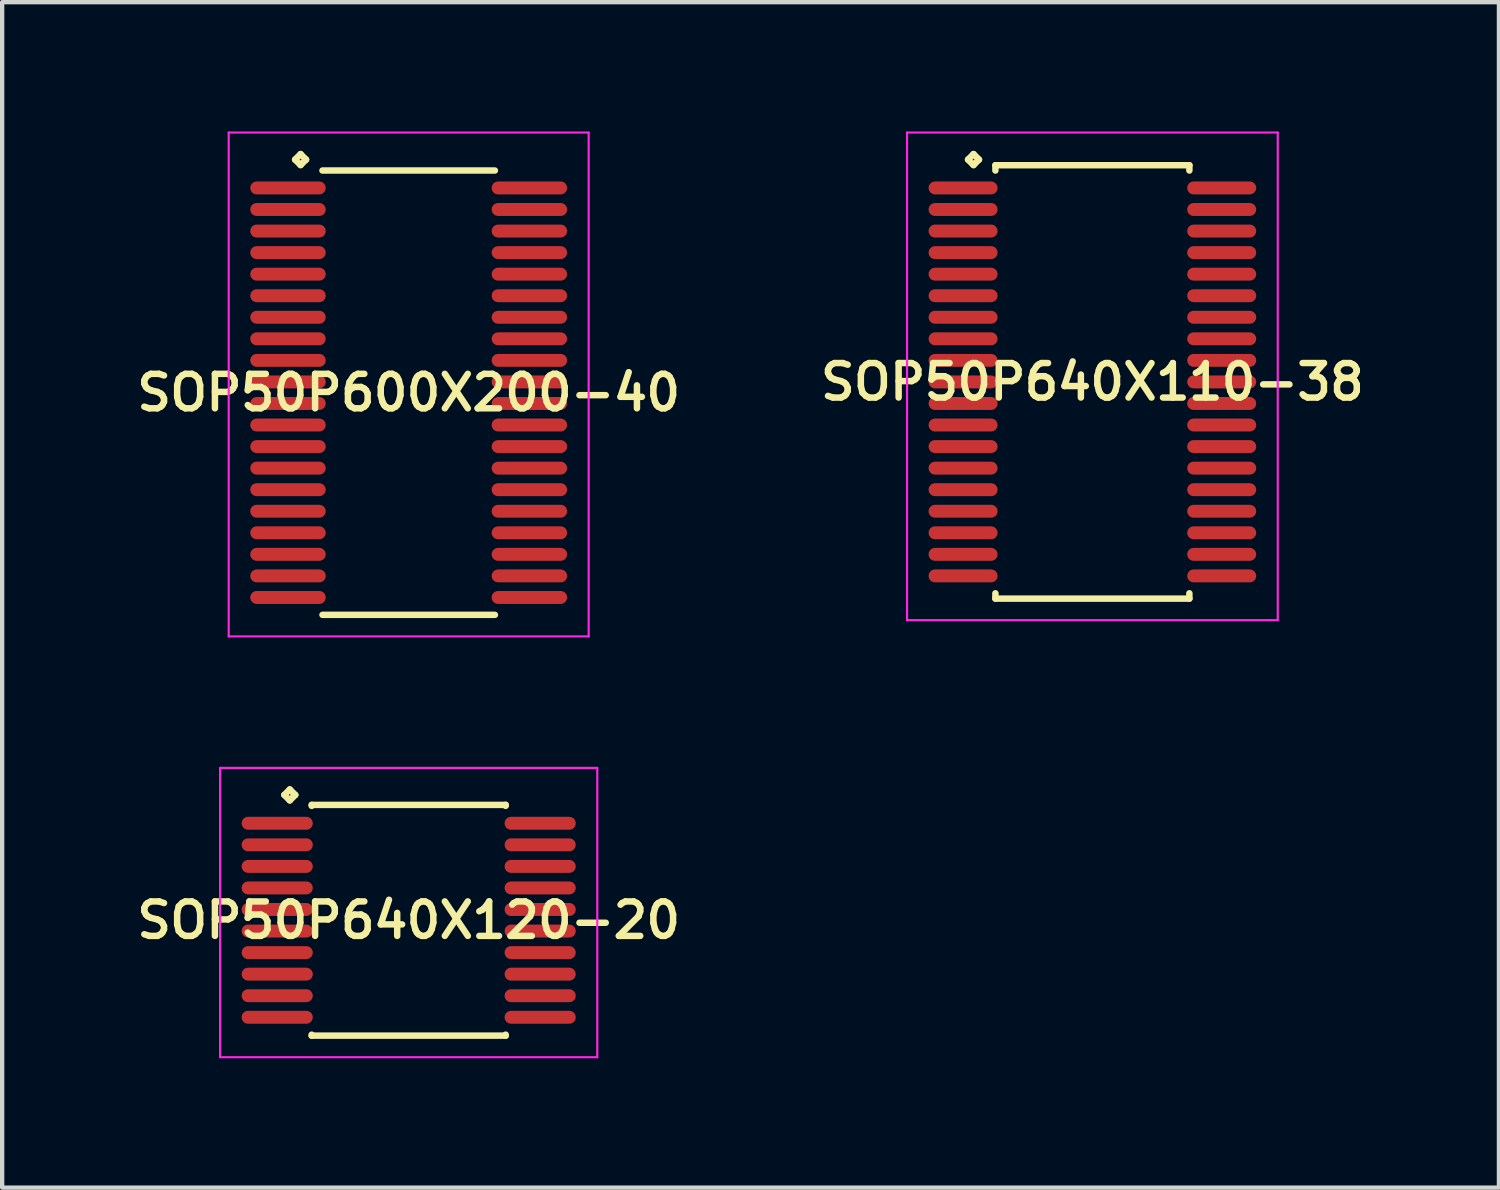
<source format=kicad_pcb>
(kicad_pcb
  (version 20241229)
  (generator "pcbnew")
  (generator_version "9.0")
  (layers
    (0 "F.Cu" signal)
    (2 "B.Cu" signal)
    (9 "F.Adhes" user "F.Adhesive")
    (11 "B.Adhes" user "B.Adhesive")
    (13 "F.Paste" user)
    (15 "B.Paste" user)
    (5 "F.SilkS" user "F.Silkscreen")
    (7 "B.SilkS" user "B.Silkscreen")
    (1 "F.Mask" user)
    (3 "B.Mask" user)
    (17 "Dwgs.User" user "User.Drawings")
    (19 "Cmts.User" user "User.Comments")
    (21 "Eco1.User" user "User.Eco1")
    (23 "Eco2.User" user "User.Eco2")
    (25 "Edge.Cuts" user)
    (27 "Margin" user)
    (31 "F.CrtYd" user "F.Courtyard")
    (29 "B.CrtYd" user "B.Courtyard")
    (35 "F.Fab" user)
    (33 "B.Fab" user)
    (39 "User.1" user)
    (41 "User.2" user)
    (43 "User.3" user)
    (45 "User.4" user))
  (footprint "SOP50P640X110-38"
    (layer "F.Cu")
    (at 22.292 5.81)
    (property "Reference" "SOP50P640X110-38" (at 0 0 0) (layer "F.SilkS") (effects (font (size 0.8 0.8) (thickness 0.15))))
    (attr smd)
    (fp_line (start -2.885 -5.158) (end -2.758 -5.285) (stroke (width 0.15) (type solid)) (layer "F.SilkS"))
    (fp_line (start -2.758 -5.285) (end -2.631 -5.158) (stroke (width 0.15) (type solid)) (layer "F.SilkS"))
    (fp_line (start -2.758 -5.031) (end -2.885 -5.158) (stroke (width 0.15) (type solid)) (layer "F.SilkS"))
    (fp_line (start -2.631 -5.158) (end -2.758 -5.031) (stroke (width 0.15) (type solid)) (layer "F.SilkS"))
    (fp_line (start -2.25 -5.027) (end 2.25 -5.027) (stroke (width 0.15) (type solid)) (layer "F.SilkS"))
    (fp_line (start -2.25 -4.904) (end -2.25 -5.027) (stroke (width 0.15) (type solid)) (layer "F.SilkS"))
    (fp_line (start -2.25 4.904) (end -2.25 5.027) (stroke (width 0.15) (type solid)) (layer "F.SilkS"))
    (fp_line (start -2.25 5.027) (end 2.25 5.027) (stroke (width 0.15) (type solid)) (layer "F.SilkS"))
    (fp_line (start 2.25 -5.027) (end 2.25 -4.904) (stroke (width 0.15) (type solid)) (layer "F.SilkS"))
    (fp_line (start 2.25 5.027) (end 2.25 4.904) (stroke (width 0.15) (type solid)) (layer "F.SilkS"))
    (fp_line (start -4.3 -5.785) (end 4.3 -5.785) (stroke (width 0.05) (type solid)) (layer "F.CrtYd"))
    (fp_line (start -4.3 5.527) (end -4.3 -5.785) (stroke (width 0.05) (type solid)) (layer "F.CrtYd"))
    (fp_line (start 4.3 -5.785) (end 4.3 5.527) (stroke (width 0.05) (type solid)) (layer "F.CrtYd"))
    (fp_line (start 4.3 5.527) (end -4.3 5.527) (stroke (width 0.05) (type solid)) (layer "F.CrtYd"))
    (pad "1" smd oval (at -3 -4.5) (size 1.6 0.3) (layers "F.Cu" "F.Mask" "F.Paste"))
    (pad "2" smd oval (at -3 -4) (size 1.6 0.3) (layers "F.Cu" "F.Mask" "F.Paste"))
    (pad "3" smd oval (at -3 -3.5) (size 1.6 0.3) (layers "F.Cu" "F.Mask" "F.Paste"))
    (pad "4" smd oval (at -3 -3) (size 1.6 0.3) (layers "F.Cu" "F.Mask" "F.Paste"))
    (pad "5" smd oval (at -3 -2.5) (size 1.6 0.3) (layers "F.Cu" "F.Mask" "F.Paste"))
    (pad "6" smd oval (at -3 -2) (size 1.6 0.3) (layers "F.Cu" "F.Mask" "F.Paste"))
    (pad "7" smd oval (at -3 -1.5) (size 1.6 0.3) (layers "F.Cu" "F.Mask" "F.Paste"))
    (pad "8" smd oval (at -3 -1) (size 1.6 0.3) (layers "F.Cu" "F.Mask" "F.Paste"))
    (pad "9" smd oval (at -3 -0.5) (size 1.6 0.3) (layers "F.Cu" "F.Mask" "F.Paste"))
    (pad "10" smd oval (at -3 0) (size 1.6 0.3) (layers "F.Cu" "F.Mask" "F.Paste"))
    (pad "11" smd oval (at -3 0.5) (size 1.6 0.3) (layers "F.Cu" "F.Mask" "F.Paste"))
    (pad "12" smd oval (at -3 1) (size 1.6 0.3) (layers "F.Cu" "F.Mask" "F.Paste"))
    (pad "13" smd oval (at -3 1.5) (size 1.6 0.3) (layers "F.Cu" "F.Mask" "F.Paste"))
    (pad "14" smd oval (at -3 2) (size 1.6 0.3) (layers "F.Cu" "F.Mask" "F.Paste"))
    (pad "15" smd oval (at -3 2.5) (size 1.6 0.3) (layers "F.Cu" "F.Mask" "F.Paste"))
    (pad "16" smd oval (at -3 3) (size 1.6 0.3) (layers "F.Cu" "F.Mask" "F.Paste"))
    (pad "17" smd oval (at -3 3.5) (size 1.6 0.3) (layers "F.Cu" "F.Mask" "F.Paste"))
    (pad "18" smd oval (at -3 4) (size 1.6 0.3) (layers "F.Cu" "F.Mask" "F.Paste"))
    (pad "19" smd oval (at -3 4.5) (size 1.6 0.3) (layers "F.Cu" "F.Mask" "F.Paste"))
    (pad "20" smd oval (at 3 4.5) (size 1.6 0.3) (layers "F.Cu" "F.Mask" "F.Paste"))
    (pad "21" smd oval (at 3 4) (size 1.6 0.3) (layers "F.Cu" "F.Mask" "F.Paste"))
    (pad "22" smd oval (at 3 3.5) (size 1.6 0.3) (layers "F.Cu" "F.Mask" "F.Paste"))
    (pad "23" smd oval (at 3 3) (size 1.6 0.3) (layers "F.Cu" "F.Mask" "F.Paste"))
    (pad "24" smd oval (at 3 2.5) (size 1.6 0.3) (layers "F.Cu" "F.Mask" "F.Paste"))
    (pad "25" smd oval (at 3 2) (size 1.6 0.3) (layers "F.Cu" "F.Mask" "F.Paste"))
    (pad "26" smd oval (at 3 1.5) (size 1.6 0.3) (layers "F.Cu" "F.Mask" "F.Paste"))
    (pad "27" smd oval (at 3 1) (size 1.6 0.3) (layers "F.Cu" "F.Mask" "F.Paste"))
    (pad "28" smd oval (at 3 0.5) (size 1.6 0.3) (layers "F.Cu" "F.Mask" "F.Paste"))
    (pad "29" smd oval (at 3 0) (size 1.6 0.3) (layers "F.Cu" "F.Mask" "F.Paste"))
    (pad "30" smd oval (at 3 -0.5) (size 1.6 0.3) (layers "F.Cu" "F.Mask" "F.Paste"))
    (pad "31" smd oval (at 3 -1) (size 1.6 0.3) (layers "F.Cu" "F.Mask" "F.Paste"))
    (pad "32" smd oval (at 3 -1.5) (size 1.6 0.3) (layers "F.Cu" "F.Mask" "F.Paste"))
    (pad "33" smd oval (at 3 -2) (size 1.6 0.3) (layers "F.Cu" "F.Mask" "F.Paste"))
    (pad "34" smd oval (at 3 -2.5) (size 1.6 0.3) (layers "F.Cu" "F.Mask" "F.Paste"))
    (pad "35" smd oval (at 3 -3) (size 1.6 0.3) (layers "F.Cu" "F.Mask" "F.Paste"))
    (pad "36" smd oval (at 3 -3.5) (size 1.6 0.3) (layers "F.Cu" "F.Mask" "F.Paste"))
    (pad "37" smd oval (at 3 -4) (size 1.6 0.3) (layers "F.Cu" "F.Mask" "F.Paste"))
    (pad "38" smd oval (at 3 -4.5) (size 1.6 0.3) (layers "F.Cu" "F.Mask" "F.Paste")))
  (footprint "SOP50P640X120-20"
    (layer "F.Cu")
    (at 6.431 18.299)
    (property "Reference" "SOP50P640X120-20" (at 0 0 0) (layer "F.SilkS") (effects (font (size 0.8 0.8) (thickness 0.15))))
    (attr smd)
    (fp_line (start -2.885 -2.908) (end -2.758 -3.035) (stroke (width 0.15) (type solid)) (layer "F.SilkS"))
    (fp_line (start -2.758 -3.035) (end -2.631 -2.908) (stroke (width 0.15) (type solid)) (layer "F.SilkS"))
    (fp_line (start -2.758 -2.781) (end -2.885 -2.908) (stroke (width 0.15) (type solid)) (layer "F.SilkS"))
    (fp_line (start -2.631 -2.908) (end -2.758 -2.781) (stroke (width 0.15) (type solid)) (layer "F.SilkS"))
    (fp_line (start -2.25 -2.677) (end 2.25 -2.677) (stroke (width 0.15) (type solid)) (layer "F.SilkS"))
    (fp_line (start -2.25 -2.654) (end -2.25 -2.677) (stroke (width 0.15) (type solid)) (layer "F.SilkS"))
    (fp_line (start -2.25 2.654) (end -2.25 2.677) (stroke (width 0.15) (type solid)) (layer "F.SilkS"))
    (fp_line (start -2.25 2.677) (end 2.25 2.677) (stroke (width 0.15) (type solid)) (layer "F.SilkS"))
    (fp_line (start 2.25 -2.677) (end 2.25 -2.654) (stroke (width 0.15) (type solid)) (layer "F.SilkS"))
    (fp_line (start 2.25 2.677) (end 2.25 2.654) (stroke (width 0.15) (type solid)) (layer "F.SilkS"))
    (fp_line (start -4.375 -3.535) (end 4.375 -3.535) (stroke (width 0.05) (type solid)) (layer "F.CrtYd"))
    (fp_line (start -4.375 3.177) (end -4.375 -3.535) (stroke (width 0.05) (type solid)) (layer "F.CrtYd"))
    (fp_line (start 4.375 -3.535) (end 4.375 3.177) (stroke (width 0.05) (type solid)) (layer "F.CrtYd"))
    (fp_line (start 4.375 3.177) (end -4.375 3.177) (stroke (width 0.05) (type solid)) (layer "F.CrtYd"))
    (pad "1" smd oval (at -3.05 -2.25) (size 1.65 0.3) (layers "F.Cu" "F.Mask" "F.Paste"))
    (pad "2" smd oval (at -3.05 -1.75) (size 1.65 0.3) (layers "F.Cu" "F.Mask" "F.Paste"))
    (pad "3" smd oval (at -3.05 -1.25) (size 1.65 0.3) (layers "F.Cu" "F.Mask" "F.Paste"))
    (pad "4" smd oval (at -3.05 -0.75) (size 1.65 0.3) (layers "F.Cu" "F.Mask" "F.Paste"))
    (pad "5" smd oval (at -3.05 -0.25) (size 1.65 0.3) (layers "F.Cu" "F.Mask" "F.Paste"))
    (pad "6" smd oval (at -3.05 0.25) (size 1.65 0.3) (layers "F.Cu" "F.Mask" "F.Paste"))
    (pad "7" smd oval (at -3.05 0.75) (size 1.65 0.3) (layers "F.Cu" "F.Mask" "F.Paste"))
    (pad "8" smd oval (at -3.05 1.25) (size 1.65 0.3) (layers "F.Cu" "F.Mask" "F.Paste"))
    (pad "9" smd oval (at -3.05 1.75) (size 1.65 0.3) (layers "F.Cu" "F.Mask" "F.Paste"))
    (pad "10" smd oval (at -3.05 2.25) (size 1.65 0.3) (layers "F.Cu" "F.Mask" "F.Paste"))
    (pad "11" smd oval (at 3.05 2.25) (size 1.65 0.3) (layers "F.Cu" "F.Mask" "F.Paste"))
    (pad "12" smd oval (at 3.05 1.75) (size 1.65 0.3) (layers "F.Cu" "F.Mask" "F.Paste"))
    (pad "13" smd oval (at 3.05 1.25) (size 1.65 0.3) (layers "F.Cu" "F.Mask" "F.Paste"))
    (pad "14" smd oval (at 3.05 0.75) (size 1.65 0.3) (layers "F.Cu" "F.Mask" "F.Paste"))
    (pad "15" smd oval (at 3.05 0.25) (size 1.65 0.3) (layers "F.Cu" "F.Mask" "F.Paste"))
    (pad "16" smd oval (at 3.05 -0.25) (size 1.65 0.3) (layers "F.Cu" "F.Mask" "F.Paste"))
    (pad "17" smd oval (at 3.05 -0.75) (size 1.65 0.3) (layers "F.Cu" "F.Mask" "F.Paste"))
    (pad "18" smd oval (at 3.05 -1.25) (size 1.65 0.3) (layers "F.Cu" "F.Mask" "F.Paste"))
    (pad "19" smd oval (at 3.05 -1.75) (size 1.65 0.3) (layers "F.Cu" "F.Mask" "F.Paste"))
    (pad "20" smd oval (at 3.05 -2.25) (size 1.65 0.3) (layers "F.Cu" "F.Mask" "F.Paste")))
  (footprint "SOP50P600X200-40"
    (layer "F.Cu")
    (at 6.431 6.06)
    (property "Reference" "SOP50P600X200-40" (at 0 0 0) (layer "F.SilkS") (effects (font (size 0.8 0.8) (thickness 0.15))))
    (attr smd)
    (fp_line (start -2.635 -5.408) (end -2.508 -5.535) (stroke (width 0.15) (type solid)) (layer "F.SilkS"))
    (fp_line (start -2.508 -5.535) (end -2.381 -5.408) (stroke (width 0.15) (type solid)) (layer "F.SilkS"))
    (fp_line (start -2.508 -5.281) (end -2.635 -5.408) (stroke (width 0.15) (type solid)) (layer "F.SilkS"))
    (fp_line (start -2.381 -5.408) (end -2.508 -5.281) (stroke (width 0.15) (type solid)) (layer "F.SilkS"))
    (fp_line (start -2 -5.154) (end 2 -5.154) (stroke (width 0.15) (type solid)) (layer "F.SilkS"))
    (fp_line (start -2 5.154) (end 2 5.154) (stroke (width 0.15) (type solid)) (layer "F.SilkS"))
    (fp_line (start -4.175 -6.035) (end 4.175 -6.035) (stroke (width 0.05) (type solid)) (layer "F.CrtYd"))
    (fp_line (start -4.175 5.654) (end -4.175 -6.035) (stroke (width 0.05) (type solid)) (layer "F.CrtYd"))
    (fp_line (start 4.175 -6.035) (end 4.175 5.654) (stroke (width 0.05) (type solid)) (layer "F.CrtYd"))
    (fp_line (start 4.175 5.654) (end -4.175 5.654) (stroke (width 0.05) (type solid)) (layer "F.CrtYd"))
    (pad "1" smd oval (at -2.8 -4.75) (size 1.75 0.3) (layers "F.Cu" "F.Mask" "F.Paste"))
    (pad "2" smd oval (at -2.8 -4.25) (size 1.75 0.3) (layers "F.Cu" "F.Mask" "F.Paste"))
    (pad "3" smd oval (at -2.8 -3.75) (size 1.75 0.3) (layers "F.Cu" "F.Mask" "F.Paste"))
    (pad "4" smd oval (at -2.8 -3.25) (size 1.75 0.3) (layers "F.Cu" "F.Mask" "F.Paste"))
    (pad "5" smd oval (at -2.8 -2.75) (size 1.75 0.3) (layers "F.Cu" "F.Mask" "F.Paste"))
    (pad "6" smd oval (at -2.8 -2.25) (size 1.75 0.3) (layers "F.Cu" "F.Mask" "F.Paste"))
    (pad "7" smd oval (at -2.8 -1.75) (size 1.75 0.3) (layers "F.Cu" "F.Mask" "F.Paste"))
    (pad "8" smd oval (at -2.8 -1.25) (size 1.75 0.3) (layers "F.Cu" "F.Mask" "F.Paste"))
    (pad "9" smd oval (at -2.8 -0.75) (size 1.75 0.3) (layers "F.Cu" "F.Mask" "F.Paste"))
    (pad "10" smd oval (at -2.8 -0.25) (size 1.75 0.3) (layers "F.Cu" "F.Mask" "F.Paste"))
    (pad "11" smd oval (at -2.8 0.25) (size 1.75 0.3) (layers "F.Cu" "F.Mask" "F.Paste"))
    (pad "12" smd oval (at -2.8 0.75) (size 1.75 0.3) (layers "F.Cu" "F.Mask" "F.Paste"))
    (pad "13" smd oval (at -2.8 1.25) (size 1.75 0.3) (layers "F.Cu" "F.Mask" "F.Paste"))
    (pad "14" smd oval (at -2.8 1.75) (size 1.75 0.3) (layers "F.Cu" "F.Mask" "F.Paste"))
    (pad "15" smd oval (at -2.8 2.25) (size 1.75 0.3) (layers "F.Cu" "F.Mask" "F.Paste"))
    (pad "16" smd oval (at -2.8 2.75) (size 1.75 0.3) (layers "F.Cu" "F.Mask" "F.Paste"))
    (pad "17" smd oval (at -2.8 3.25) (size 1.75 0.3) (layers "F.Cu" "F.Mask" "F.Paste"))
    (pad "18" smd oval (at -2.8 3.75) (size 1.75 0.3) (layers "F.Cu" "F.Mask" "F.Paste"))
    (pad "19" smd oval (at -2.8 4.25) (size 1.75 0.3) (layers "F.Cu" "F.Mask" "F.Paste"))
    (pad "20" smd oval (at -2.8 4.75) (size 1.75 0.3) (layers "F.Cu" "F.Mask" "F.Paste"))
    (pad "21" smd oval (at 2.8 4.75) (size 1.75 0.3) (layers "F.Cu" "F.Mask" "F.Paste"))
    (pad "22" smd oval (at 2.8 4.25) (size 1.75 0.3) (layers "F.Cu" "F.Mask" "F.Paste"))
    (pad "23" smd oval (at 2.8 3.75) (size 1.75 0.3) (layers "F.Cu" "F.Mask" "F.Paste"))
    (pad "24" smd oval (at 2.8 3.25) (size 1.75 0.3) (layers "F.Cu" "F.Mask" "F.Paste"))
    (pad "25" smd oval (at 2.8 2.75) (size 1.75 0.3) (layers "F.Cu" "F.Mask" "F.Paste"))
    (pad "26" smd oval (at 2.8 2.25) (size 1.75 0.3) (layers "F.Cu" "F.Mask" "F.Paste"))
    (pad "27" smd oval (at 2.8 1.75) (size 1.75 0.3) (layers "F.Cu" "F.Mask" "F.Paste"))
    (pad "28" smd oval (at 2.8 1.25) (size 1.75 0.3) (layers "F.Cu" "F.Mask" "F.Paste"))
    (pad "29" smd oval (at 2.8 0.75) (size 1.75 0.3) (layers "F.Cu" "F.Mask" "F.Paste"))
    (pad "30" smd oval (at 2.8 0.25) (size 1.75 0.3) (layers "F.Cu" "F.Mask" "F.Paste"))
    (pad "31" smd oval (at 2.8 -0.25) (size 1.75 0.3) (layers "F.Cu" "F.Mask" "F.Paste"))
    (pad "32" smd oval (at 2.8 -0.75) (size 1.75 0.3) (layers "F.Cu" "F.Mask" "F.Paste"))
    (pad "33" smd oval (at 2.8 -1.25) (size 1.75 0.3) (layers "F.Cu" "F.Mask" "F.Paste"))
    (pad "34" smd oval (at 2.8 -1.75) (size 1.75 0.3) (layers "F.Cu" "F.Mask" "F.Paste"))
    (pad "35" smd oval (at 2.8 -2.25) (size 1.75 0.3) (layers "F.Cu" "F.Mask" "F.Paste"))
    (pad "36" smd oval (at 2.8 -2.75) (size 1.75 0.3) (layers "F.Cu" "F.Mask" "F.Paste"))
    (pad "37" smd oval (at 2.8 -3.25) (size 1.75 0.3) (layers "F.Cu" "F.Mask" "F.Paste"))
    (pad "38" smd oval (at 2.8 -3.75) (size 1.75 0.3) (layers "F.Cu" "F.Mask" "F.Paste"))
    (pad "39" smd oval (at 2.8 -4.25) (size 1.75 0.3) (layers "F.Cu" "F.Mask" "F.Paste"))
    (pad "40" smd oval (at 2.8 -4.75) (size 1.75 0.3) (layers "F.Cu" "F.Mask" "F.Paste")))
  (gr_rect
    (start -3 -3)
    (end 31.723 24.501)
    (stroke (width 0.1) (type default))
    (fill no)
    (layer "Edge.Cuts")))
</source>
